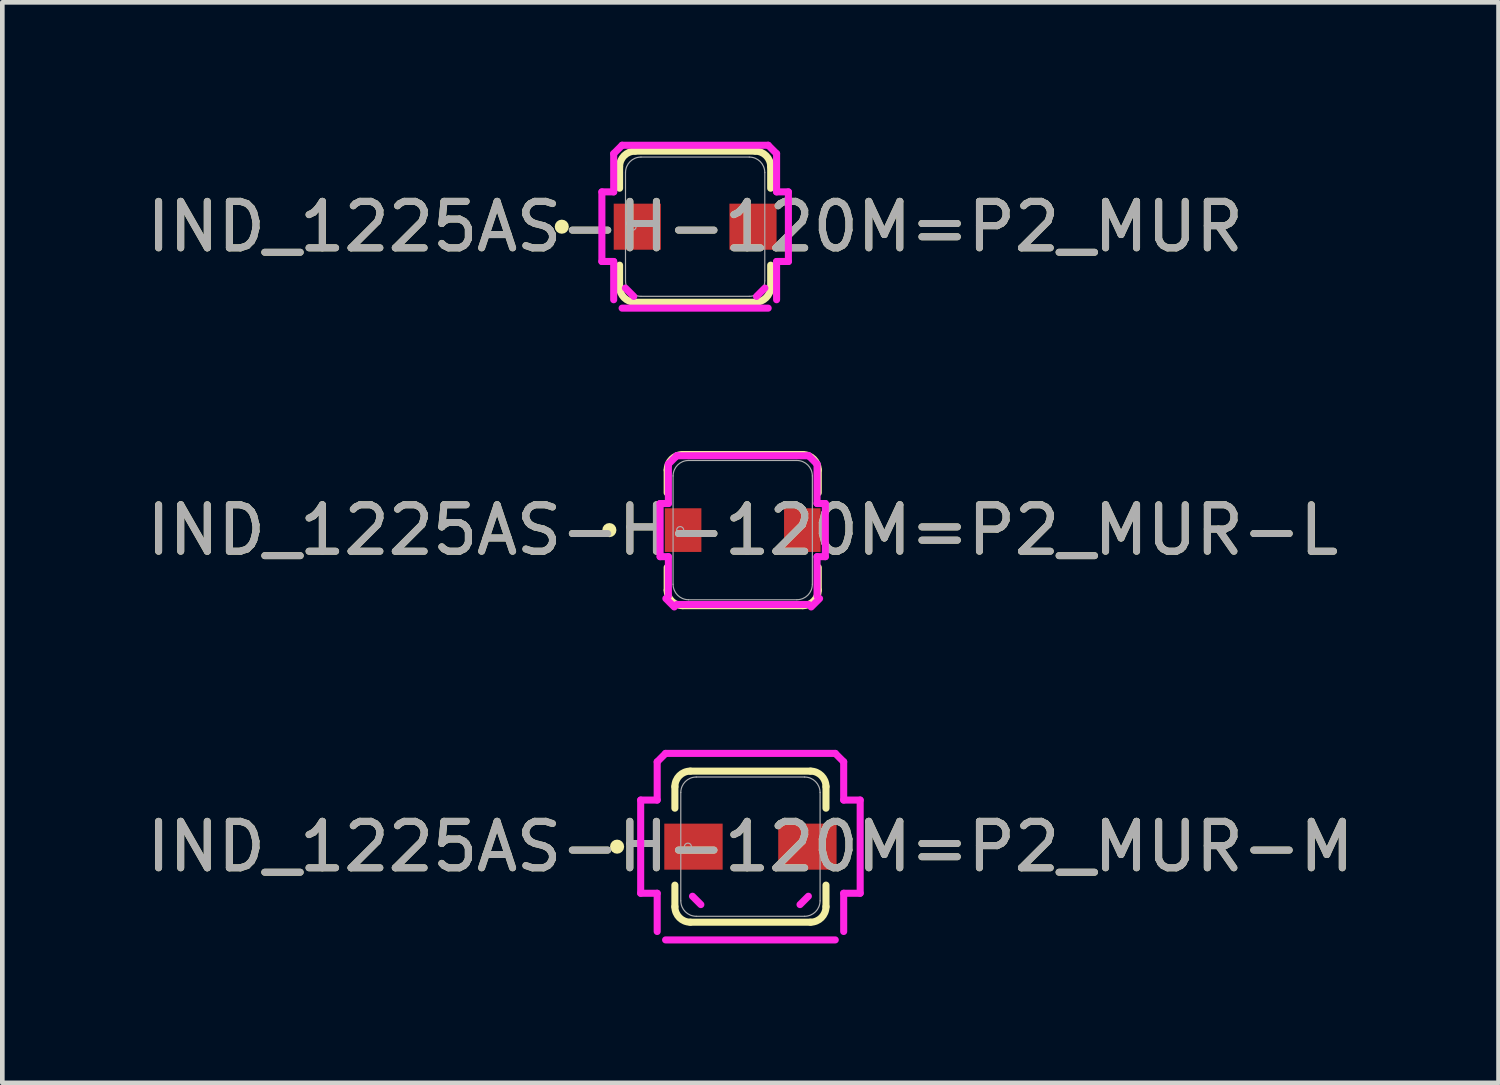
<source format=kicad_pcb>
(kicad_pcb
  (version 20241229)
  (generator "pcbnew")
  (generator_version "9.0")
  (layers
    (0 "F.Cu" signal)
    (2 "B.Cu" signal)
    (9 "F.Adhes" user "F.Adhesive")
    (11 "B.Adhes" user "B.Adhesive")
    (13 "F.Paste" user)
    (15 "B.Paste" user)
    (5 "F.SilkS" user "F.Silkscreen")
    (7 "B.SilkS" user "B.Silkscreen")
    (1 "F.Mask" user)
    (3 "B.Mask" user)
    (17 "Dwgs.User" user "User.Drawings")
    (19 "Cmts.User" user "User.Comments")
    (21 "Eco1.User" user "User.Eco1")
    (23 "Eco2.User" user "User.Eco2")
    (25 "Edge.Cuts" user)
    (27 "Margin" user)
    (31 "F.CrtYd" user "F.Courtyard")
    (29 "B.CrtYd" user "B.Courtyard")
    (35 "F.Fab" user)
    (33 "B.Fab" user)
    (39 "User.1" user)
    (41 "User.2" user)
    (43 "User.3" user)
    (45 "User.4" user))
  (footprint "IND_1225AS-H-120M=P2_MUR-M"
    (layer "F.Cu")
    (at 13.101 15.172)
    (property "Reference" "IND_1225AS-H-120M=P2_MUR-M" (at 0 0 0) (unlocked yes) (layer "F.SilkS") (effects (font (size 1 1) (thickness 0.15))))
    (attr smd)
    (fp_line (start -1.626 -0.828) (end -1.626 -1.293) (stroke (width 0.152) (type solid)) (layer "F.SilkS"))
    (fp_line (start -1.626 1.293) (end -1.626 0.828) (stroke (width 0.152) (type solid)) (layer "F.SilkS"))
    (fp_line (start -1.293 -1.626) (end 1.293 -1.626) (stroke (width 0.152) (type solid)) (layer "F.SilkS"))
    (fp_line (start -1.293 1.626) (end 1.293 1.626) (stroke (width 0.152) (type solid)) (layer "F.SilkS"))
    (fp_line (start 1.626 -1.293) (end 1.626 -0.828) (stroke (width 0.152) (type solid)) (layer "F.SilkS"))
    (fp_line (start 1.626 0.828) (end 1.626 1.293) (stroke (width 0.152) (type solid)) (layer "F.SilkS"))
    (fp_arc (start -1.6256 -1.292578) (mid -1.52806 -1.52806) (end -1.292578 -1.6256) (stroke (width 0.1524) (type solid)) (layer "F.SilkS"))
    (fp_arc (start -1.292578 1.6256) (mid -1.52806 1.52806) (end -1.6256 1.292578) (stroke (width 0.1524) (type solid)) (layer "F.SilkS"))
    (fp_arc (start 1.292578 -1.6256) (mid 1.52806 -1.52806) (end 1.6256 -1.292578) (stroke (width 0.1524) (type solid)) (layer "F.SilkS"))
    (fp_arc (start 1.6256 1.292578) (mid 1.52806 1.52806) (end 1.292578 1.6256) (stroke (width 0.1524) (type solid)) (layer "F.SilkS"))
    (fp_circle (center -2.87 0) (end -2.794 0) (stroke (width 0.152) (type solid)) (fill no) (layer "F.SilkS"))
    (fp_line (start -2.362 -1.003) (end -2.007 -1.003) (stroke (width 0.152) (type solid)) (layer "F.CrtYd"))
    (fp_line (start -2.362 1.003) (end -2.362 -1.003) (stroke (width 0.152) (type solid)) (layer "F.CrtYd"))
    (fp_line (start -2.007 -1.826) (end -1.826 -2.007) (stroke (width 0.152) (type solid)) (layer "F.CrtYd"))
    (fp_line (start -2.007 -1.003) (end -2.007 -1.826) (stroke (width 0.152) (type solid)) (layer "F.CrtYd"))
    (fp_line (start -2.007 1.003) (end -2.362 1.003) (stroke (width 0.152) (type solid)) (layer "F.CrtYd"))
    (fp_line (start -2.007 1.826) (end -2.007 1.003) (stroke (width 0.152) (type solid)) (layer "F.CrtYd"))
    (fp_line (start -1.826 -2.007) (end 1.826 -2.007) (stroke (width 0.152) (type solid)) (layer "F.CrtYd"))
    (fp_line (start -1.826 2.007) (end 1.826 2.007) (stroke (width 0.152) (type solid)) (layer "F.CrtYd"))
    (fp_line (start -1.247 1.067) (end -1.067 1.247) (stroke (width 0.152) (type solid)) (layer "F.CrtYd"))
    (fp_line (start 1.067 1.247) (end 1.247 1.067) (stroke (width 0.152) (type solid)) (layer "F.CrtYd"))
    (fp_line (start 1.826 -2.007) (end 2.007 -1.826) (stroke (width 0.152) (type solid)) (layer "F.CrtYd"))
    (fp_line (start 2.007 -1.826) (end 2.007 -1.003) (stroke (width 0.152) (type solid)) (layer "F.CrtYd"))
    (fp_line (start 2.007 -1.003) (end 2.362 -1.003) (stroke (width 0.152) (type solid)) (layer "F.CrtYd"))
    (fp_line (start 2.007 1.826) (end 2.007 1.003) (stroke (width 0.152) (type solid)) (layer "F.CrtYd"))
    (fp_line (start 2.362 -1.003) (end 2.362 1.003) (stroke (width 0.152) (type solid)) (layer "F.CrtYd"))
    (fp_line (start 2.362 1.003) (end 2.007 1.003) (stroke (width 0.152) (type solid)) (layer "F.CrtYd"))
    (fp_line (start -1.499 1.166) (end -1.499 -1.166) (stroke (width 0.025) (type solid)) (layer "F.Fab"))
    (fp_line (start -1.166 -1.499) (end 1.166 -1.499) (stroke (width 0.025) (type solid)) (layer "F.Fab"))
    (fp_line (start -1.166 1.499) (end 1.166 1.499) (stroke (width 0.025) (type solid)) (layer "F.Fab"))
    (fp_line (start 1.499 -1.166) (end 1.499 1.166) (stroke (width 0.025) (type solid)) (layer "F.Fab"))
    (fp_arc (start -1.4986 -1.165578) (mid -1.40106 -1.40106) (end -1.165578 -1.4986) (stroke (width 0.0254) (type solid)) (layer "F.Fab"))
    (fp_arc (start -1.165578 1.4986) (mid -1.40106 1.40106) (end -1.4986 1.165578) (stroke (width 0.0254) (type solid)) (layer "F.Fab"))
    (fp_arc (start 1.165578 -1.4986) (mid 1.40106 -1.40106) (end 1.4986 -1.165578) (stroke (width 0.0254) (type solid)) (layer "F.Fab"))
    (fp_arc (start 1.4986 1.165578) (mid 1.40106 1.40106) (end 1.165578 1.4986) (stroke (width 0.0254) (type solid)) (layer "F.Fab"))
    (fp_circle (center -1.346 0) (end -1.27 0) (stroke (width 0.025) (type solid)) (fill no) (layer "F.Fab"))
    (fp_text user "${REFERENCE}" (at 0 0 0) (unlocked yes) (layer "F.Fab") (effects (font (size 1 1) (thickness 0.15))))
    (pad "1" smd rect (at -1.226 0 90) (size 0.991 1.256) (layers "F.Cu" "F.Mask" "F.Paste"))
    (pad "2" smd rect (at 1.226 0 90) (size 0.991 1.256) (layers "F.Cu" "F.Mask" "F.Paste"))
    (zone (net_name "") (layer "F.Cu") (hatch full 0.508) (connect_pads) (min_thickness 0.254) (filled_areas_thickness no) (keepout (tracks not_allowed) (vias not_allowed) (pads allowed) (copperpour not_allowed) (footprints allowed)) (placement (enabled no)) (fill) (polygon (pts (xy 12.553 14.626) (xy 13.649 14.626) (xy 13.649 15.718) (xy 12.553 15.718))))
    (zone (net_name "") (layer "F.Cu") (hatch full 0.508) (connect_pads) (min_thickness 0.254) (filled_areas_thickness no) (keepout (tracks not_allowed) (vias not_allowed) (pads allowed) (copperpour not_allowed) (footprints allowed)) (placement (enabled no)) (fill) (polygon (pts (xy 11.679 15.718) (xy 14.524 15.718) (xy 14.524 16.112) (xy 14.143 16.62) (xy 12.06 16.62) (xy 11.679 16.112))))
    (zone (net_name "") (layer "F.Cu") (hatch full 0.508) (connect_pads) (min_thickness 0.254) (filled_areas_thickness no) (keepout (tracks not_allowed) (vias not_allowed) (pads allowed) (copperpour not_allowed) (footprints allowed)) (placement (enabled no)) (fill) (polygon (pts (xy 12.06 13.724) (xy 14.143 13.724) (xy 14.524 14.232) (xy 14.524 14.626) (xy 11.679 14.626) (xy 11.679 14.232)))))
  (footprint "IND_1225AS-H-120M=P2_MUR-L"
    (layer "F.Cu")
    (at 12.935 8.359)
    (property "Reference" "IND_1225AS-H-120M=P2_MUR-L" (at 0 0 0) (unlocked yes) (layer "F.SilkS") (effects (font (size 1 1) (thickness 0.15))))
    (attr smd)
    (fp_line (start -1.626 -0.803) (end -1.626 -1.293) (stroke (width 0.152) (type solid)) (layer "F.SilkS"))
    (fp_line (start -1.626 1.293) (end -1.626 0.803) (stroke (width 0.152) (type solid)) (layer "F.SilkS"))
    (fp_line (start -1.293 -1.626) (end 1.293 -1.626) (stroke (width 0.152) (type solid)) (layer "F.SilkS"))
    (fp_line (start -1.293 1.626) (end 1.293 1.626) (stroke (width 0.152) (type solid)) (layer "F.SilkS"))
    (fp_line (start 1.626 -1.293) (end 1.626 -0.803) (stroke (width 0.152) (type solid)) (layer "F.SilkS"))
    (fp_line (start 1.626 0.803) (end 1.626 1.293) (stroke (width 0.152) (type solid)) (layer "F.SilkS"))
    (fp_arc (start -1.6256 -1.292578) (mid -1.52806 -1.52806) (end -1.292578 -1.6256) (stroke (width 0.1524) (type solid)) (layer "F.SilkS"))
    (fp_arc (start -1.292578 1.6256) (mid -1.52806 1.52806) (end -1.6256 1.292578) (stroke (width 0.1524) (type solid)) (layer "F.SilkS"))
    (fp_arc (start 1.292578 -1.6256) (mid 1.52806 -1.52806) (end 1.6256 -1.292578) (stroke (width 0.1524) (type solid)) (layer "F.SilkS"))
    (fp_arc (start 1.6256 1.292578) (mid 1.52806 1.52806) (end 1.292578 1.6256) (stroke (width 0.1524) (type solid)) (layer "F.SilkS"))
    (fp_circle (center -2.87 0) (end -2.794 0) (stroke (width 0.152) (type solid)) (fill no) (layer "F.SilkS"))
    (fp_line (start -1.778 -0.572) (end -1.6 -0.572) (stroke (width 0.152) (type solid)) (layer "F.CrtYd"))
    (fp_line (start -1.778 0.572) (end -1.778 -0.572) (stroke (width 0.152) (type solid)) (layer "F.CrtYd"))
    (fp_line (start -1.654 1.473) (end -1.473 1.654) (stroke (width 0.152) (type solid)) (layer "F.CrtYd"))
    (fp_line (start -1.6 -1.42) (end -1.42 -1.6) (stroke (width 0.152) (type solid)) (layer "F.CrtYd"))
    (fp_line (start -1.6 -0.572) (end -1.6 -1.42) (stroke (width 0.152) (type solid)) (layer "F.CrtYd"))
    (fp_line (start -1.6 0.572) (end -1.778 0.572) (stroke (width 0.152) (type solid)) (layer "F.CrtYd"))
    (fp_line (start -1.6 1.42) (end -1.6 0.572) (stroke (width 0.152) (type solid)) (layer "F.CrtYd"))
    (fp_line (start -1.42 -1.6) (end 1.42 -1.6) (stroke (width 0.152) (type solid)) (layer "F.CrtYd"))
    (fp_line (start -1.42 1.6) (end 1.42 1.6) (stroke (width 0.152) (type solid)) (layer "F.CrtYd"))
    (fp_line (start 1.42 -1.6) (end 1.6 -1.42) (stroke (width 0.152) (type solid)) (layer "F.CrtYd"))
    (fp_line (start 1.473 1.654) (end 1.654 1.473) (stroke (width 0.152) (type solid)) (layer "F.CrtYd"))
    (fp_line (start 1.6 -1.42) (end 1.6 -0.572) (stroke (width 0.152) (type solid)) (layer "F.CrtYd"))
    (fp_line (start 1.6 -0.572) (end 1.778 -0.572) (stroke (width 0.152) (type solid)) (layer "F.CrtYd"))
    (fp_line (start 1.6 1.42) (end 1.6 0.572) (stroke (width 0.152) (type solid)) (layer "F.CrtYd"))
    (fp_line (start 1.778 -0.572) (end 1.778 0.572) (stroke (width 0.152) (type solid)) (layer "F.CrtYd"))
    (fp_line (start 1.778 0.572) (end 1.6 0.572) (stroke (width 0.152) (type solid)) (layer "F.CrtYd"))
    (fp_line (start -1.499 1.166) (end -1.499 -1.166) (stroke (width 0.025) (type solid)) (layer "F.Fab"))
    (fp_line (start -1.166 -1.499) (end 1.166 -1.499) (stroke (width 0.025) (type solid)) (layer "F.Fab"))
    (fp_line (start -1.166 1.499) (end 1.166 1.499) (stroke (width 0.025) (type solid)) (layer "F.Fab"))
    (fp_line (start 1.499 -1.166) (end 1.499 1.166) (stroke (width 0.025) (type solid)) (layer "F.Fab"))
    (fp_arc (start -1.4986 -1.165578) (mid -1.40106 -1.40106) (end -1.165578 -1.4986) (stroke (width 0.0254) (type solid)) (layer "F.Fab"))
    (fp_arc (start -1.165578 1.4986) (mid -1.40106 1.40106) (end -1.4986 1.165578) (stroke (width 0.0254) (type solid)) (layer "F.Fab"))
    (fp_arc (start 1.165578 -1.4986) (mid 1.40106 -1.40106) (end 1.4986 -1.165578) (stroke (width 0.0254) (type solid)) (layer "F.Fab"))
    (fp_arc (start 1.4986 1.165578) (mid 1.40106 1.40106) (end 1.165578 1.4986) (stroke (width 0.0254) (type solid)) (layer "F.Fab"))
    (fp_circle (center -1.346 0) (end -1.27 0) (stroke (width 0.025) (type solid)) (fill no) (layer "F.Fab"))
    (fp_text user "${REFERENCE}" (at 0 0 0) (unlocked yes) (layer "F.Fab") (effects (font (size 1 1) (thickness 0.15))))
    (pad "1" smd rect (at -1.283 0 90) (size 0.94 0.787) (layers "F.Cu" "F.Mask" "F.Paste"))
    (pad "2" smd rect (at 1.283 0 90) (size 0.94 0.787) (layers "F.Cu" "F.Mask" "F.Paste"))
    (zone (net_name "") (layer "F.Cu") (hatch full 0.508) (connect_pads) (min_thickness 0.254) (filled_areas_thickness no) (keepout (tracks not_allowed) (vias not_allowed) (pads allowed) (copperpour not_allowed) (footprints allowed)) (placement (enabled no)) (fill) (polygon (pts (xy 12.096 7.813) (xy 13.773 7.813) (xy 13.773 8.905) (xy 12.096 8.905))))
    (zone (net_name "") (layer "F.Cu") (hatch full 0.508) (connect_pads) (min_thickness 0.254) (filled_areas_thickness no) (keepout (tracks not_allowed) (vias not_allowed) (pads allowed) (copperpour not_allowed) (footprints allowed)) (placement (enabled no)) (fill) (polygon (pts (xy 11.512 8.905) (xy 14.357 8.905) (xy 14.357 9.299) (xy 13.976 9.807) (xy 11.893 9.807) (xy 11.512 9.299))))
    (zone (net_name "") (layer "F.Cu") (hatch full 0.508) (connect_pads) (min_thickness 0.254) (filled_areas_thickness no) (keepout (tracks not_allowed) (vias not_allowed) (pads allowed) (copperpour not_allowed) (footprints allowed)) (placement (enabled no)) (fill) (polygon (pts (xy 11.893 6.912) (xy 13.976 6.912) (xy 14.357 7.42) (xy 14.357 7.813) (xy 11.512 7.813) (xy 11.512 7.42)))))
  (footprint "IND_1225AS-H-120M=P2_MUR"
    (layer "F.Cu")
    (at 11.911 1.829)
    (property "Reference" "IND_1225AS-H-120M=P2_MUR" (at 0 0 0) (unlocked yes) (layer "F.SilkS") (effects (font (size 1 1) (thickness 0.15))))
    (attr smd)
    (fp_line (start -1.626 -0.828) (end -1.626 -1.293) (stroke (width 0.152) (type solid)) (layer "F.SilkS"))
    (fp_line (start -1.626 1.293) (end -1.626 0.828) (stroke (width 0.152) (type solid)) (layer "F.SilkS"))
    (fp_line (start -1.293 -1.626) (end 1.293 -1.626) (stroke (width 0.152) (type solid)) (layer "F.SilkS"))
    (fp_line (start -1.293 1.626) (end 1.293 1.626) (stroke (width 0.152) (type solid)) (layer "F.SilkS"))
    (fp_line (start 1.626 -1.293) (end 1.626 -0.828) (stroke (width 0.152) (type solid)) (layer "F.SilkS"))
    (fp_line (start 1.626 0.828) (end 1.626 1.293) (stroke (width 0.152) (type solid)) (layer "F.SilkS"))
    (fp_arc (start -1.6256 -1.292578) (mid -1.52806 -1.52806) (end -1.292578 -1.6256) (stroke (width 0.1524) (type solid)) (layer "F.SilkS"))
    (fp_arc (start -1.292578 1.6256) (mid -1.52806 1.52806) (end -1.6256 1.292578) (stroke (width 0.1524) (type solid)) (layer "F.SilkS"))
    (fp_arc (start 1.292578 -1.6256) (mid 1.52806 -1.52806) (end 1.6256 -1.292578) (stroke (width 0.1524) (type solid)) (layer "F.SilkS"))
    (fp_arc (start 1.6256 1.292578) (mid 1.52806 1.52806) (end 1.292578 1.6256) (stroke (width 0.1524) (type solid)) (layer "F.SilkS"))
    (fp_circle (center -2.87 0) (end -2.794 0) (stroke (width 0.152) (type solid)) (fill no) (layer "F.SilkS"))
    (fp_line (start -2.007 -0.749) (end -1.753 -0.749) (stroke (width 0.152) (type solid)) (layer "F.CrtYd"))
    (fp_line (start -2.007 0.749) (end -2.007 -0.749) (stroke (width 0.152) (type solid)) (layer "F.CrtYd"))
    (fp_line (start -1.753 -1.572) (end -1.572 -1.753) (stroke (width 0.152) (type solid)) (layer "F.CrtYd"))
    (fp_line (start -1.753 -0.749) (end -1.753 -1.572) (stroke (width 0.152) (type solid)) (layer "F.CrtYd"))
    (fp_line (start -1.753 0.749) (end -2.007 0.749) (stroke (width 0.152) (type solid)) (layer "F.CrtYd"))
    (fp_line (start -1.753 1.572) (end -1.753 0.749) (stroke (width 0.152) (type solid)) (layer "F.CrtYd"))
    (fp_line (start -1.572 -1.753) (end 1.572 -1.753) (stroke (width 0.152) (type solid)) (layer "F.CrtYd"))
    (fp_line (start -1.572 1.753) (end 1.572 1.753) (stroke (width 0.152) (type solid)) (layer "F.CrtYd"))
    (fp_line (start -1.501 1.321) (end -1.321 1.501) (stroke (width 0.152) (type solid)) (layer "F.CrtYd"))
    (fp_line (start 1.321 1.501) (end 1.501 1.321) (stroke (width 0.152) (type solid)) (layer "F.CrtYd"))
    (fp_line (start 1.572 -1.753) (end 1.753 -1.572) (stroke (width 0.152) (type solid)) (layer "F.CrtYd"))
    (fp_line (start 1.753 -1.572) (end 1.753 -0.749) (stroke (width 0.152) (type solid)) (layer "F.CrtYd"))
    (fp_line (start 1.753 -0.749) (end 2.007 -0.749) (stroke (width 0.152) (type solid)) (layer "F.CrtYd"))
    (fp_line (start 1.753 1.572) (end 1.753 0.749) (stroke (width 0.152) (type solid)) (layer "F.CrtYd"))
    (fp_line (start 2.007 -0.749) (end 2.007 0.749) (stroke (width 0.152) (type solid)) (layer "F.CrtYd"))
    (fp_line (start 2.007 0.749) (end 1.753 0.749) (stroke (width 0.152) (type solid)) (layer "F.CrtYd"))
    (fp_line (start -1.499 1.166) (end -1.499 -1.166) (stroke (width 0.025) (type solid)) (layer "F.Fab"))
    (fp_line (start -1.166 -1.499) (end 1.166 -1.499) (stroke (width 0.025) (type solid)) (layer "F.Fab"))
    (fp_line (start -1.166 1.499) (end 1.166 1.499) (stroke (width 0.025) (type solid)) (layer "F.Fab"))
    (fp_line (start 1.499 -1.166) (end 1.499 1.166) (stroke (width 0.025) (type solid)) (layer "F.Fab"))
    (fp_arc (start -1.4986 -1.165578) (mid -1.40106 -1.40106) (end -1.165578 -1.4986) (stroke (width 0.0254) (type solid)) (layer "F.Fab"))
    (fp_arc (start -1.165578 1.4986) (mid -1.40106 1.40106) (end -1.4986 1.165578) (stroke (width 0.0254) (type solid)) (layer "F.Fab"))
    (fp_arc (start 1.165578 -1.4986) (mid 1.40106 -1.40106) (end 1.4986 -1.165578) (stroke (width 0.0254) (type solid)) (layer "F.Fab"))
    (fp_arc (start 1.4986 1.165578) (mid 1.40106 1.40106) (end 1.165578 1.4986) (stroke (width 0.0254) (type solid)) (layer "F.Fab"))
    (fp_circle (center -1.346 0) (end -1.27 0) (stroke (width 0.025) (type solid)) (fill no) (layer "F.Fab"))
    (fp_text user "${REFERENCE}" (at 0 0 0) (unlocked yes) (layer "F.Fab") (effects (font (size 1 1) (thickness 0.15))))
    (pad "1" smd rect (at -1.245 0 90) (size 0.991 1.015) (layers "F.Cu" "F.Mask" "F.Paste"))
    (pad "2" smd rect (at 1.245 0 90) (size 0.991 1.015) (layers "F.Cu" "F.Mask" "F.Paste"))
    (zone (net_name "") (layer "F.Cu") (hatch full 0.508) (connect_pads) (min_thickness 0.254) (filled_areas_thickness no) (keepout (tracks not_allowed) (vias not_allowed) (pads allowed) (copperpour not_allowed) (footprints allowed)) (placement (enabled no)) (fill) (polygon (pts (xy 11.224 1.283) (xy 12.598 1.283) (xy 12.598 2.375) (xy 11.224 2.375))))
    (zone (net_name "") (layer "F.Cu") (hatch full 0.508) (connect_pads) (min_thickness 0.254) (filled_areas_thickness no) (keepout (tracks not_allowed) (vias not_allowed) (pads allowed) (copperpour not_allowed) (footprints allowed)) (placement (enabled no)) (fill) (polygon (pts (xy 10.488 2.375) (xy 13.333 2.375) (xy 13.333 2.769) (xy 12.952 3.277) (xy 10.869 3.277) (xy 10.488 2.769))))
    (zone (net_name "") (layer "F.Cu") (hatch full 0.508) (connect_pads) (min_thickness 0.254) (filled_areas_thickness no) (keepout (tracks not_allowed) (vias not_allowed) (pads allowed) (copperpour not_allowed) (footprints allowed)) (placement (enabled no)) (fill) (polygon (pts (xy 10.869 0.381) (xy 12.952 0.381) (xy 13.333 0.889) (xy 13.333 1.283) (xy 10.488 1.283) (xy 10.488 0.889)))))
  (gr_rect
    (start -3 -3)
    (end 29.202 20.255)
    (stroke (width 0.1) (type default))
    (fill no)
    (layer "Edge.Cuts")))
</source>
